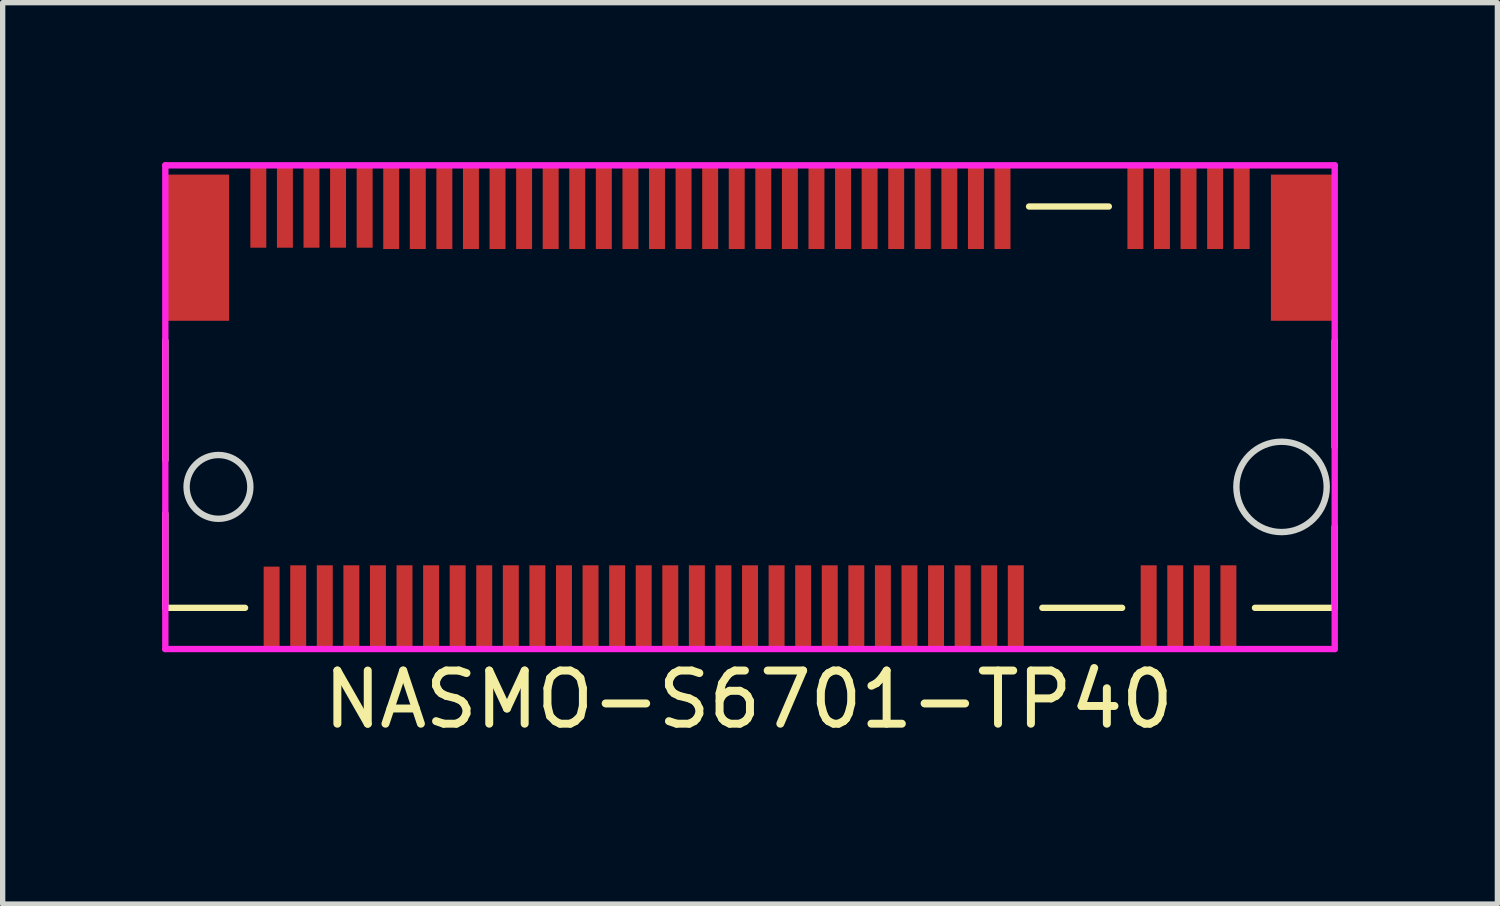
<source format=kicad_pcb>
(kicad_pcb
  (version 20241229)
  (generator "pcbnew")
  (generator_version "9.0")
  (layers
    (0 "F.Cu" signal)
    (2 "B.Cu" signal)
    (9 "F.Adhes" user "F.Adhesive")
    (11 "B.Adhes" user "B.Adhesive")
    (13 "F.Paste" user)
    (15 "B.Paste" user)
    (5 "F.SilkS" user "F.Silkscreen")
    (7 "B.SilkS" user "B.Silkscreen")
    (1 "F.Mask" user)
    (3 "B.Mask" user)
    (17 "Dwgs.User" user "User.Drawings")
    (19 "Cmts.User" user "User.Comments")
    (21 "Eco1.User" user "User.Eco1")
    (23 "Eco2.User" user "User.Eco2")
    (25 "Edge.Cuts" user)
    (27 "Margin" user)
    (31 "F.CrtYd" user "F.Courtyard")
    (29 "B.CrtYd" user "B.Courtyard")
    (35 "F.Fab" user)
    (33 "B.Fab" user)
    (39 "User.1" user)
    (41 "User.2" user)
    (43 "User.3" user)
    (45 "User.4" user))
  (footprint "NASMO-S6701-TP40"
    (layer "F.Cu")
    (at 11.06 4.61)
    (property "Reference" "NASMO-S6701-TP40" (at -0.025 5.5 0) (layer "F.SilkS") (effects (font (size 1 1) (thickness 0.15))))
    (attr through_hole)
    (fp_line (start -11 -1.25) (end -11 1) (stroke (width 0.12) (type solid)) (layer "F.SilkS"))
    (fp_line (start -11 2) (end -11 3.775) (stroke (width 0.12) (type solid)) (layer "F.SilkS"))
    (fp_line (start -11 3.775) (end -9.5 3.775) (stroke (width 0.12) (type solid)) (layer "F.SilkS"))
    (fp_line (start 6.75 -3.775) (end 5.25 -3.775) (stroke (width 0.12) (type solid)) (layer "F.SilkS"))
    (fp_line (start 7 3.775) (end 5.5 3.775) (stroke (width 0.12) (type solid)) (layer "F.SilkS"))
    (fp_line (start 11 0.75) (end 11 -1.25) (stroke (width 0.12) (type solid)) (layer "F.SilkS"))
    (fp_line (start 11 2.25) (end 11 3.775) (stroke (width 0.12) (type solid)) (layer "F.SilkS"))
    (fp_line (start 11 3.775) (end 9.5 3.775) (stroke (width 0.12) (type solid)) (layer "F.SilkS"))
    (fp_circle (center -10 1.5) (end -9.4 1.5) (stroke (width 0.12) (type solid)) (fill no) (layer "Edge.Cuts"))
    (fp_circle (center 10 1.5) (end 10.85 1.5) (stroke (width 0.12) (type solid)) (fill no) (layer "Edge.Cuts"))
    (fp_line (start -11 -4.55) (end -11 4.55) (stroke (width 0.12) (type solid)) (layer "F.CrtYd"))
    (fp_line (start -11 4.55) (end 11 4.55) (stroke (width 0.12) (type solid)) (layer "F.CrtYd"))
    (fp_line (start 11 -4.55) (end -11 -4.55) (stroke (width 0.12) (type solid)) (layer "F.CrtYd"))
    (fp_line (start 11 -4.55) (end 11 4.55) (stroke (width 0.12) (type solid)) (layer "F.CrtYd"))
    (pad "1" smd rect (at -9.25 -3.775) (size 0.3 1.55) (layers "F.Cu" "F.Mask" "F.Paste"))
    (pad "2" smd rect (at -9 3.775) (size 0.3 1.55) (layers "F.Cu" "F.Mask" "F.Paste"))
    (pad "3" smd rect (at -8.75 -3.775) (size 0.3 1.55) (layers "F.Cu" "F.Mask" "F.Paste"))
    (pad "4" smd rect (at -8.5 3.75) (size 0.3 1.55) (layers "F.Cu" "F.Mask" "F.Paste"))
    (pad "5" smd rect (at -8.25 -3.775) (size 0.3 1.55) (layers "F.Cu" "F.Mask" "F.Paste"))
    (pad "6" smd rect (at -8 3.75) (size 0.3 1.55) (layers "F.Cu" "F.Mask" "F.Paste"))
    (pad "7" smd rect (at -7.75 -3.775) (size 0.3 1.55) (layers "F.Cu" "F.Mask" "F.Paste"))
    (pad "8" smd rect (at -7.5 3.75) (size 0.3 1.55) (layers "F.Cu" "F.Mask" "F.Paste"))
    (pad "9" smd rect (at -7.25 -3.775) (size 0.3 1.55) (layers "F.Cu" "F.Mask" "F.Paste"))
    (pad "10" smd rect (at -7 3.75) (size 0.3 1.55) (layers "F.Cu" "F.Mask" "F.Paste"))
    (pad "11" smd rect (at -6.75 -3.75) (size 0.3 1.55) (layers "F.Cu" "F.Mask" "F.Paste"))
    (pad "12" smd rect (at -6.5 3.75) (size 0.3 1.55) (layers "F.Cu" "F.Mask" "F.Paste"))
    (pad "13" smd rect (at -6.25 -3.75) (size 0.3 1.55) (layers "F.Cu" "F.Mask" "F.Paste"))
    (pad "14" smd rect (at -6 3.75) (size 0.3 1.55) (layers "F.Cu" "F.Mask" "F.Paste"))
    (pad "15" smd rect (at -5.75 -3.75) (size 0.3 1.55) (layers "F.Cu" "F.Mask" "F.Paste"))
    (pad "16" smd rect (at -5.5 3.75) (size 0.3 1.55) (layers "F.Cu" "F.Mask" "F.Paste"))
    (pad "17" smd rect (at -5.25 -3.75) (size 0.3 1.55) (layers "F.Cu" "F.Mask" "F.Paste"))
    (pad "18" smd rect (at -5 3.75) (size 0.3 1.55) (layers "F.Cu" "F.Mask" "F.Paste"))
    (pad "19" smd rect (at -4.75 -3.75) (size 0.3 1.55) (layers "F.Cu" "F.Mask" "F.Paste"))
    (pad "20" smd rect (at -4.5 3.75) (size 0.3 1.55) (layers "F.Cu" "F.Mask" "F.Paste"))
    (pad "21" smd rect (at -4.25 -3.75) (size 0.3 1.55) (layers "F.Cu" "F.Mask" "F.Paste"))
    (pad "22" smd rect (at -4 3.75) (size 0.3 1.55) (layers "F.Cu" "F.Mask" "F.Paste"))
    (pad "23" smd rect (at -3.75 -3.75) (size 0.3 1.55) (layers "F.Cu" "F.Mask" "F.Paste"))
    (pad "24" smd rect (at -3.5 3.75) (size 0.3 1.55) (layers "F.Cu" "F.Mask" "F.Paste"))
    (pad "25" smd rect (at -3.25 -3.75) (size 0.3 1.55) (layers "F.Cu" "F.Mask" "F.Paste"))
    (pad "26" smd rect (at -3 3.75) (size 0.3 1.55) (layers "F.Cu" "F.Mask" "F.Paste"))
    (pad "27" smd rect (at -2.75 -3.75) (size 0.3 1.55) (layers "F.Cu" "F.Mask" "F.Paste"))
    (pad "28" smd rect (at -2.5 3.75) (size 0.3 1.55) (layers "F.Cu" "F.Mask" "F.Paste"))
    (pad "29" smd rect (at -2.25 -3.75) (size 0.3 1.55) (layers "F.Cu" "F.Mask" "F.Paste"))
    (pad "30" smd rect (at -2 3.75) (size 0.3 1.55) (layers "F.Cu" "F.Mask" "F.Paste"))
    (pad "31" smd rect (at -1.75 -3.75) (size 0.3 1.55) (layers "F.Cu" "F.Mask" "F.Paste"))
    (pad "32" smd rect (at -1.5 3.75) (size 0.3 1.55) (layers "F.Cu" "F.Mask" "F.Paste"))
    (pad "33" smd rect (at -1.25 -3.75) (size 0.3 1.55) (layers "F.Cu" "F.Mask" "F.Paste"))
    (pad "34" smd rect (at -1 3.75) (size 0.3 1.55) (layers "F.Cu" "F.Mask" "F.Paste"))
    (pad "35" smd rect (at -0.75 -3.75) (size 0.3 1.55) (layers "F.Cu" "F.Mask" "F.Paste"))
    (pad "36" smd rect (at -0.5 3.75) (size 0.3 1.55) (layers "F.Cu" "F.Mask" "F.Paste"))
    (pad "37" smd rect (at -0.25 -3.75) (size 0.3 1.55) (layers "F.Cu" "F.Mask" "F.Paste"))
    (pad "38" smd rect (at 0 3.75) (size 0.3 1.55) (layers "F.Cu" "F.Mask" "F.Paste"))
    (pad "39" smd rect (at 0.25 -3.75) (size 0.3 1.55) (layers "F.Cu" "F.Mask" "F.Paste"))
    (pad "40" smd rect (at 0.5 3.75) (size 0.3 1.55) (layers "F.Cu" "F.Mask" "F.Paste"))
    (pad "41" smd rect (at 0.75 -3.75) (size 0.3 1.55) (layers "F.Cu" "F.Mask" "F.Paste"))
    (pad "42" smd rect (at 1 3.75) (size 0.3 1.55) (layers "F.Cu" "F.Mask" "F.Paste"))
    (pad "43" smd rect (at 1.25 -3.75) (size 0.3 1.55) (layers "F.Cu" "F.Mask" "F.Paste"))
    (pad "44" smd rect (at 1.5 3.75) (size 0.3 1.55) (layers "F.Cu" "F.Mask" "F.Paste"))
    (pad "45" smd rect (at 1.75 -3.75) (size 0.3 1.55) (layers "F.Cu" "F.Mask" "F.Paste"))
    (pad "46" smd rect (at 2 3.75) (size 0.3 1.55) (layers "F.Cu" "F.Mask" "F.Paste"))
    (pad "47" smd rect (at 2.25 -3.75) (size 0.3 1.55) (layers "F.Cu" "F.Mask" "F.Paste"))
    (pad "48" smd rect (at 2.5 3.75) (size 0.3 1.55) (layers "F.Cu" "F.Mask" "F.Paste"))
    (pad "49" smd rect (at 2.75 -3.75) (size 0.3 1.55) (layers "F.Cu" "F.Mask" "F.Paste"))
    (pad "50" smd rect (at 3 3.75) (size 0.3 1.55) (layers "F.Cu" "F.Mask" "F.Paste"))
    (pad "51" smd rect (at 3.25 -3.75) (size 0.3 1.55) (layers "F.Cu" "F.Mask" "F.Paste"))
    (pad "52" smd rect (at 3.5 3.75) (size 0.3 1.55) (layers "F.Cu" "F.Mask" "F.Paste"))
    (pad "53" smd rect (at 3.75 -3.75) (size 0.3 1.55) (layers "F.Cu" "F.Mask" "F.Paste"))
    (pad "54" smd rect (at 4 3.75) (size 0.3 1.55) (layers "F.Cu" "F.Mask" "F.Paste"))
    (pad "55" smd rect (at 4.25 -3.75) (size 0.3 1.55) (layers "F.Cu" "F.Mask" "F.Paste"))
    (pad "56" smd rect (at 4.5 3.75) (size 0.3 1.55) (layers "F.Cu" "F.Mask" "F.Paste"))
    (pad "57" smd rect (at 4.75 -3.75) (size 0.3 1.55) (layers "F.Cu" "F.Mask" "F.Paste"))
    (pad "58" smd rect (at 5 3.75) (size 0.3 1.55) (layers "F.Cu" "F.Mask" "F.Paste"))
    (pad "67" smd rect (at 7.25 -3.75) (size 0.3 1.55) (layers "F.Cu" "F.Mask" "F.Paste"))
    (pad "68" smd rect (at 7.5 3.75) (size 0.3 1.55) (layers "F.Cu" "F.Mask" "F.Paste"))
    (pad "69" smd rect (at 7.75 -3.75) (size 0.3 1.55) (layers "F.Cu" "F.Mask" "F.Paste"))
    (pad "70" smd rect (at 8 3.75) (size 0.3 1.55) (layers "F.Cu" "F.Mask" "F.Paste"))
    (pad "71" smd rect (at 8.25 -3.75) (size 0.3 1.55) (layers "F.Cu" "F.Mask" "F.Paste"))
    (pad "72" smd rect (at 8.5 3.75) (size 0.3 1.55) (layers "F.Cu" "F.Mask" "F.Paste"))
    (pad "73" smd rect (at 8.75 -3.75) (size 0.3 1.55) (layers "F.Cu" "F.Mask" "F.Paste"))
    (pad "74" smd rect (at 9 3.75) (size 0.3 1.55) (layers "F.Cu" "F.Mask" "F.Paste"))
    (pad "75" smd rect (at 9.25 -3.75) (size 0.3 1.55) (layers "F.Cu" "F.Mask" "F.Paste"))
    (pad "SHIELD" smd rect (at -10.4 -3) (size 1.2 2.75) (layers "F.Cu" "F.Mask" "F.Paste"))
    (pad "SHIELD" smd rect (at 10.4 -3) (size 1.2 2.75) (layers "F.Cu" "F.Mask" "F.Paste")))
  (gr_rect
    (start -3 -3)
    (end 25.12 13.958)
    (stroke (width 0.1) (type default))
    (fill no)
    (layer "Edge.Cuts")))
</source>
